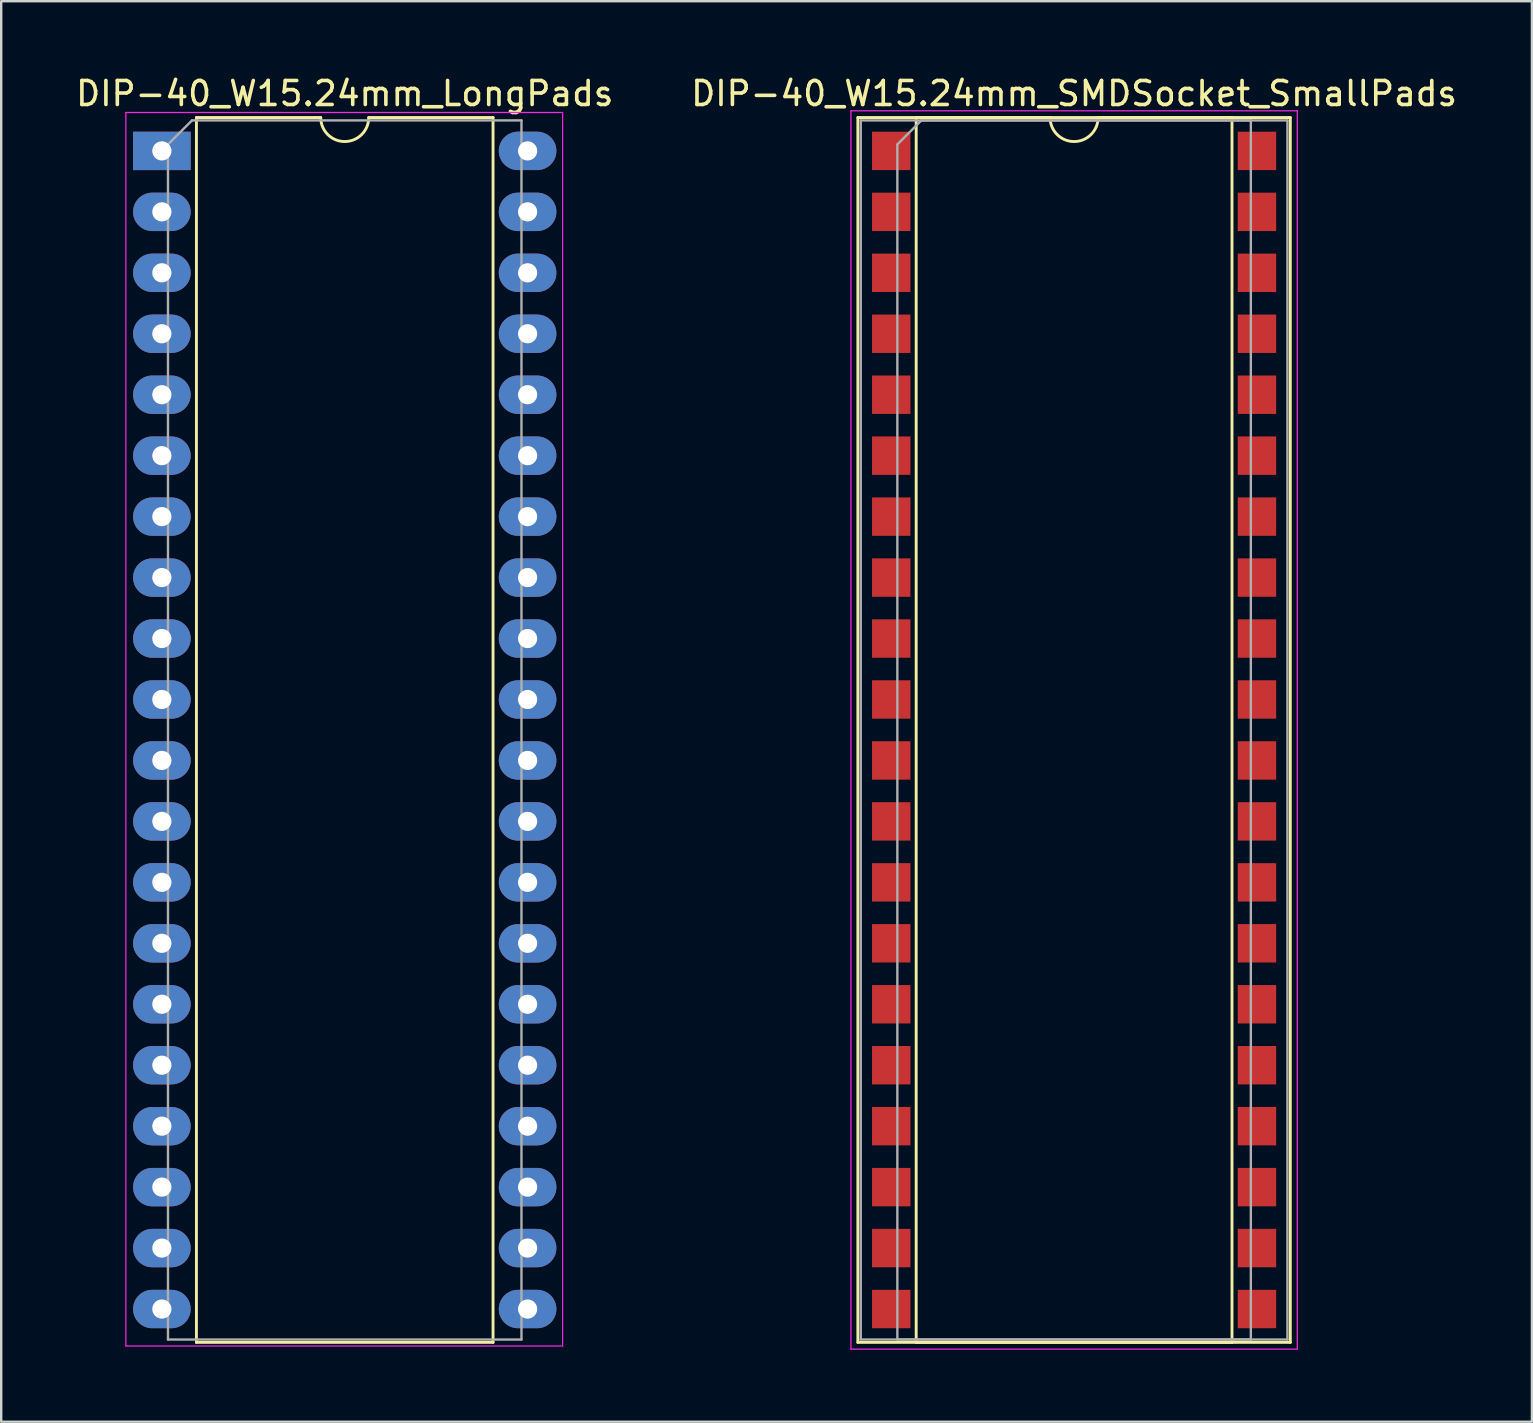
<source format=kicad_pcb>
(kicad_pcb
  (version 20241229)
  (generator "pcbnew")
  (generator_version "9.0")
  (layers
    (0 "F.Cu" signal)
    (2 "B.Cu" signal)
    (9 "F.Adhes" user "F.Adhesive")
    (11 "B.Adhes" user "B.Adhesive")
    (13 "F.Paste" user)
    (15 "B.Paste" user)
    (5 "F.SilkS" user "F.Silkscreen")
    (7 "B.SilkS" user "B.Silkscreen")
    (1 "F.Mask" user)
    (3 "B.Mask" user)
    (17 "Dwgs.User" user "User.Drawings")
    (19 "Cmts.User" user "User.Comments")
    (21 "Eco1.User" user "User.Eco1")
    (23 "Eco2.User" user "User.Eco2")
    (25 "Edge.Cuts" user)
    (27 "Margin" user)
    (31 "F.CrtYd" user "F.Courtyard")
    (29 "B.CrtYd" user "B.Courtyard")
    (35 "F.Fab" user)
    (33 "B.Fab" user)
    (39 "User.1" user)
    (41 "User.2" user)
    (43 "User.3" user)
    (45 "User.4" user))
  (footprint "DIP-40_W15.24mm_SMDSocket_SmallPads"
    (layer "F.Cu")
    (at 41.708 27.368)
    (property "Reference" "DIP-40_W15.24mm_SMDSocket_SmallPads" (at 0 -26.52 0) (layer "F.SilkS") (effects (font (size 1 1) (thickness 0.15))))
    (attr smd)
    (fp_line (start -9.01 -25.52) (end -9.01 25.52) (stroke (width 0.12) (type solid)) (layer "F.SilkS"))
    (fp_line (start -9.01 25.52) (end 9.01 25.52) (stroke (width 0.12) (type solid)) (layer "F.SilkS"))
    (fp_line (start -6.58 -25.52) (end -6.58 25.52) (stroke (width 0.12) (type solid)) (layer "F.SilkS"))
    (fp_line (start -6.58 25.52) (end 6.58 25.52) (stroke (width 0.12) (type solid)) (layer "F.SilkS"))
    (fp_line (start -1 -25.52) (end -6.58 -25.52) (stroke (width 0.12) (type solid)) (layer "F.SilkS"))
    (fp_line (start 6.58 -25.52) (end 1 -25.52) (stroke (width 0.12) (type solid)) (layer "F.SilkS"))
    (fp_line (start 6.58 25.52) (end 6.58 -25.52) (stroke (width 0.12) (type solid)) (layer "F.SilkS"))
    (fp_line (start 9.01 -25.52) (end -9.01 -25.52) (stroke (width 0.12) (type solid)) (layer "F.SilkS"))
    (fp_line (start 9.01 25.52) (end 9.01 -25.52) (stroke (width 0.12) (type solid)) (layer "F.SilkS"))
    (fp_arc (start 1 -25.52) (mid 0 -24.52) (end -1 -25.52) (stroke (width 0.12) (type solid)) (layer "F.SilkS"))
    (fp_line (start -9.3 -25.8) (end -9.3 25.8) (stroke (width 0.05) (type solid)) (layer "F.CrtYd"))
    (fp_line (start -9.3 25.8) (end 9.3 25.8) (stroke (width 0.05) (type solid)) (layer "F.CrtYd"))
    (fp_line (start 9.3 -25.8) (end -9.3 -25.8) (stroke (width 0.05) (type solid)) (layer "F.CrtYd"))
    (fp_line (start 9.3 25.8) (end 9.3 -25.8) (stroke (width 0.05) (type solid)) (layer "F.CrtYd"))
    (fp_line (start -8.89 -25.4) (end -8.89 25.4) (stroke (width 0.1) (type solid)) (layer "F.Fab"))
    (fp_line (start -8.89 25.4) (end 8.89 25.4) (stroke (width 0.1) (type solid)) (layer "F.Fab"))
    (fp_line (start -7.365 -24.4) (end -6.365 -25.4) (stroke (width 0.1) (type solid)) (layer "F.Fab"))
    (fp_line (start -7.365 25.4) (end -7.365 -24.4) (stroke (width 0.1) (type solid)) (layer "F.Fab"))
    (fp_line (start -6.365 -25.4) (end 7.365 -25.4) (stroke (width 0.1) (type solid)) (layer "F.Fab"))
    (fp_line (start 7.365 -25.4) (end 7.365 25.4) (stroke (width 0.1) (type solid)) (layer "F.Fab"))
    (fp_line (start 7.365 25.4) (end -7.365 25.4) (stroke (width 0.1) (type solid)) (layer "F.Fab"))
    (fp_line (start 8.89 -25.4) (end -8.89 -25.4) (stroke (width 0.1) (type solid)) (layer "F.Fab"))
    (fp_line (start 8.89 25.4) (end 8.89 -25.4) (stroke (width 0.1) (type solid)) (layer "F.Fab"))
    (pad "1" smd rect (at -7.62 -24.13) (size 1.6 1.6) (layers "F.Cu" "F.Mask"))
    (pad "2" smd rect (at -7.62 -21.59) (size 1.6 1.6) (layers "F.Cu" "F.Mask"))
    (pad "3" smd rect (at -7.62 -19.05) (size 1.6 1.6) (layers "F.Cu" "F.Mask"))
    (pad "4" smd rect (at -7.62 -16.51) (size 1.6 1.6) (layers "F.Cu" "F.Mask"))
    (pad "5" smd rect (at -7.62 -13.97) (size 1.6 1.6) (layers "F.Cu" "F.Mask"))
    (pad "6" smd rect (at -7.62 -11.43) (size 1.6 1.6) (layers "F.Cu" "F.Mask"))
    (pad "7" smd rect (at -7.62 -8.89) (size 1.6 1.6) (layers "F.Cu" "F.Mask"))
    (pad "8" smd rect (at -7.62 -6.35) (size 1.6 1.6) (layers "F.Cu" "F.Mask"))
    (pad "9" smd rect (at -7.62 -3.81) (size 1.6 1.6) (layers "F.Cu" "F.Mask"))
    (pad "10" smd rect (at -7.62 -1.27) (size 1.6 1.6) (layers "F.Cu" "F.Mask"))
    (pad "11" smd rect (at -7.62 1.27) (size 1.6 1.6) (layers "F.Cu" "F.Mask"))
    (pad "12" smd rect (at -7.62 3.81) (size 1.6 1.6) (layers "F.Cu" "F.Mask"))
    (pad "13" smd rect (at -7.62 6.35) (size 1.6 1.6) (layers "F.Cu" "F.Mask"))
    (pad "14" smd rect (at -7.62 8.89) (size 1.6 1.6) (layers "F.Cu" "F.Mask"))
    (pad "15" smd rect (at -7.62 11.43) (size 1.6 1.6) (layers "F.Cu" "F.Mask"))
    (pad "16" smd rect (at -7.62 13.97) (size 1.6 1.6) (layers "F.Cu" "F.Mask"))
    (pad "17" smd rect (at -7.62 16.51) (size 1.6 1.6) (layers "F.Cu" "F.Mask"))
    (pad "18" smd rect (at -7.62 19.05) (size 1.6 1.6) (layers "F.Cu" "F.Mask"))
    (pad "19" smd rect (at -7.62 21.59) (size 1.6 1.6) (layers "F.Cu" "F.Mask"))
    (pad "20" smd rect (at -7.62 24.13) (size 1.6 1.6) (layers "F.Cu" "F.Mask"))
    (pad "21" smd rect (at 7.62 24.13) (size 1.6 1.6) (layers "F.Cu" "F.Mask"))
    (pad "22" smd rect (at 7.62 21.59) (size 1.6 1.6) (layers "F.Cu" "F.Mask"))
    (pad "23" smd rect (at 7.62 19.05) (size 1.6 1.6) (layers "F.Cu" "F.Mask"))
    (pad "24" smd rect (at 7.62 16.51) (size 1.6 1.6) (layers "F.Cu" "F.Mask"))
    (pad "25" smd rect (at 7.62 13.97) (size 1.6 1.6) (layers "F.Cu" "F.Mask"))
    (pad "26" smd rect (at 7.62 11.43) (size 1.6 1.6) (layers "F.Cu" "F.Mask"))
    (pad "27" smd rect (at 7.62 8.89) (size 1.6 1.6) (layers "F.Cu" "F.Mask"))
    (pad "28" smd rect (at 7.62 6.35) (size 1.6 1.6) (layers "F.Cu" "F.Mask"))
    (pad "29" smd rect (at 7.62 3.81) (size 1.6 1.6) (layers "F.Cu" "F.Mask"))
    (pad "30" smd rect (at 7.62 1.27) (size 1.6 1.6) (layers "F.Cu" "F.Mask"))
    (pad "31" smd rect (at 7.62 -1.27) (size 1.6 1.6) (layers "F.Cu" "F.Mask"))
    (pad "32" smd rect (at 7.62 -3.81) (size 1.6 1.6) (layers "F.Cu" "F.Mask"))
    (pad "33" smd rect (at 7.62 -6.35) (size 1.6 1.6) (layers "F.Cu" "F.Mask"))
    (pad "34" smd rect (at 7.62 -8.89) (size 1.6 1.6) (layers "F.Cu" "F.Mask"))
    (pad "35" smd rect (at 7.62 -11.43) (size 1.6 1.6) (layers "F.Cu" "F.Mask"))
    (pad "36" smd rect (at 7.62 -13.97) (size 1.6 1.6) (layers "F.Cu" "F.Mask"))
    (pad "37" smd rect (at 7.62 -16.51) (size 1.6 1.6) (layers "F.Cu" "F.Mask"))
    (pad "38" smd rect (at 7.62 -19.05) (size 1.6 1.6) (layers "F.Cu" "F.Mask"))
    (pad "39" smd rect (at 7.62 -21.59) (size 1.6 1.6) (layers "F.Cu" "F.Mask"))
    (pad "40" smd rect (at 7.62 -24.13) (size 1.6 1.6) (layers "F.Cu" "F.Mask")))
  (footprint "DIP-40_W15.24mm_LongPads"
    (layer "F.Cu")
    (at 3.695 3.238)
    (property "Reference" "DIP-40_W15.24mm_LongPads" (at 7.62 -2.39 0) (layer "F.SilkS") (effects (font (size 1 1) (thickness 0.15))))
    (attr through_hole)
    (fp_line (start 1.44 -1.39) (end 1.44 49.65) (stroke (width 0.12) (type solid)) (layer "F.SilkS"))
    (fp_line (start 1.44 49.65) (end 13.8 49.65) (stroke (width 0.12) (type solid)) (layer "F.SilkS"))
    (fp_line (start 6.62 -1.39) (end 1.44 -1.39) (stroke (width 0.12) (type solid)) (layer "F.SilkS"))
    (fp_line (start 13.8 -1.39) (end 8.62 -1.39) (stroke (width 0.12) (type solid)) (layer "F.SilkS"))
    (fp_line (start 13.8 49.65) (end 13.8 -1.39) (stroke (width 0.12) (type solid)) (layer "F.SilkS"))
    (fp_arc (start 8.62 -1.39) (mid 7.62 -0.39) (end 6.62 -1.39) (stroke (width 0.12) (type solid)) (layer "F.SilkS"))
    (fp_line (start -1.5 -1.6) (end -1.5 49.8) (stroke (width 0.05) (type solid)) (layer "F.CrtYd"))
    (fp_line (start -1.5 49.8) (end 16.7 49.8) (stroke (width 0.05) (type solid)) (layer "F.CrtYd"))
    (fp_line (start 16.7 -1.6) (end -1.5 -1.6) (stroke (width 0.05) (type solid)) (layer "F.CrtYd"))
    (fp_line (start 16.7 49.8) (end 16.7 -1.6) (stroke (width 0.05) (type solid)) (layer "F.CrtYd"))
    (fp_line (start 0.255 -0.27) (end 1.255 -1.27) (stroke (width 0.1) (type solid)) (layer "F.Fab"))
    (fp_line (start 0.255 49.53) (end 0.255 -0.27) (stroke (width 0.1) (type solid)) (layer "F.Fab"))
    (fp_line (start 1.255 -1.27) (end 14.985 -1.27) (stroke (width 0.1) (type solid)) (layer "F.Fab"))
    (fp_line (start 14.985 -1.27) (end 14.985 49.53) (stroke (width 0.1) (type solid)) (layer "F.Fab"))
    (fp_line (start 14.985 49.53) (end 0.255 49.53) (stroke (width 0.1) (type solid)) (layer "F.Fab"))
    (pad "1" thru_hole rect (at 0 0) (size 2.4 1.6) (drill 0.8) (layers "*.Cu" "*.Mask"))
    (pad "2" thru_hole oval (at 0 2.54) (size 2.4 1.6) (drill 0.8) (layers "*.Cu" "*.Mask"))
    (pad "3" thru_hole oval (at 0 5.08) (size 2.4 1.6) (drill 0.8) (layers "*.Cu" "*.Mask"))
    (pad "4" thru_hole oval (at 0 7.62) (size 2.4 1.6) (drill 0.8) (layers "*.Cu" "*.Mask"))
    (pad "5" thru_hole oval (at 0 10.16) (size 2.4 1.6) (drill 0.8) (layers "*.Cu" "*.Mask"))
    (pad "6" thru_hole oval (at 0 12.7) (size 2.4 1.6) (drill 0.8) (layers "*.Cu" "*.Mask"))
    (pad "7" thru_hole oval (at 0 15.24) (size 2.4 1.6) (drill 0.8) (layers "*.Cu" "*.Mask"))
    (pad "8" thru_hole oval (at 0 17.78) (size 2.4 1.6) (drill 0.8) (layers "*.Cu" "*.Mask"))
    (pad "9" thru_hole oval (at 0 20.32) (size 2.4 1.6) (drill 0.8) (layers "*.Cu" "*.Mask"))
    (pad "10" thru_hole oval (at 0 22.86) (size 2.4 1.6) (drill 0.8) (layers "*.Cu" "*.Mask"))
    (pad "11" thru_hole oval (at 0 25.4) (size 2.4 1.6) (drill 0.8) (layers "*.Cu" "*.Mask"))
    (pad "12" thru_hole oval (at 0 27.94) (size 2.4 1.6) (drill 0.8) (layers "*.Cu" "*.Mask"))
    (pad "13" thru_hole oval (at 0 30.48) (size 2.4 1.6) (drill 0.8) (layers "*.Cu" "*.Mask"))
    (pad "14" thru_hole oval (at 0 33.02) (size 2.4 1.6) (drill 0.8) (layers "*.Cu" "*.Mask"))
    (pad "15" thru_hole oval (at 0 35.56) (size 2.4 1.6) (drill 0.8) (layers "*.Cu" "*.Mask"))
    (pad "16" thru_hole oval (at 0 38.1) (size 2.4 1.6) (drill 0.8) (layers "*.Cu" "*.Mask"))
    (pad "17" thru_hole oval (at 0 40.64) (size 2.4 1.6) (drill 0.8) (layers "*.Cu" "*.Mask"))
    (pad "18" thru_hole oval (at 0 43.18) (size 2.4 1.6) (drill 0.8) (layers "*.Cu" "*.Mask"))
    (pad "19" thru_hole oval (at 0 45.72) (size 2.4 1.6) (drill 0.8) (layers "*.Cu" "*.Mask"))
    (pad "20" thru_hole oval (at 0 48.26) (size 2.4 1.6) (drill 0.8) (layers "*.Cu" "*.Mask"))
    (pad "21" thru_hole oval (at 15.24 48.26) (size 2.4 1.6) (drill 0.8) (layers "*.Cu" "*.Mask"))
    (pad "22" thru_hole oval (at 15.24 45.72) (size 2.4 1.6) (drill 0.8) (layers "*.Cu" "*.Mask"))
    (pad "23" thru_hole oval (at 15.24 43.18) (size 2.4 1.6) (drill 0.8) (layers "*.Cu" "*.Mask"))
    (pad "24" thru_hole oval (at 15.24 40.64) (size 2.4 1.6) (drill 0.8) (layers "*.Cu" "*.Mask"))
    (pad "25" thru_hole oval (at 15.24 38.1) (size 2.4 1.6) (drill 0.8) (layers "*.Cu" "*.Mask"))
    (pad "26" thru_hole oval (at 15.24 35.56) (size 2.4 1.6) (drill 0.8) (layers "*.Cu" "*.Mask"))
    (pad "27" thru_hole oval (at 15.24 33.02) (size 2.4 1.6) (drill 0.8) (layers "*.Cu" "*.Mask"))
    (pad "28" thru_hole oval (at 15.24 30.48) (size 2.4 1.6) (drill 0.8) (layers "*.Cu" "*.Mask"))
    (pad "29" thru_hole oval (at 15.24 27.94) (size 2.4 1.6) (drill 0.8) (layers "*.Cu" "*.Mask"))
    (pad "30" thru_hole oval (at 15.24 25.4) (size 2.4 1.6) (drill 0.8) (layers "*.Cu" "*.Mask"))
    (pad "31" thru_hole oval (at 15.24 22.86) (size 2.4 1.6) (drill 0.8) (layers "*.Cu" "*.Mask"))
    (pad "32" thru_hole oval (at 15.24 20.32) (size 2.4 1.6) (drill 0.8) (layers "*.Cu" "*.Mask"))
    (pad "33" thru_hole oval (at 15.24 17.78) (size 2.4 1.6) (drill 0.8) (layers "*.Cu" "*.Mask"))
    (pad "34" thru_hole oval (at 15.24 15.24) (size 2.4 1.6) (drill 0.8) (layers "*.Cu" "*.Mask"))
    (pad "35" thru_hole oval (at 15.24 12.7) (size 2.4 1.6) (drill 0.8) (layers "*.Cu" "*.Mask"))
    (pad "36" thru_hole oval (at 15.24 10.16) (size 2.4 1.6) (drill 0.8) (layers "*.Cu" "*.Mask"))
    (pad "37" thru_hole oval (at 15.24 7.62) (size 2.4 1.6) (drill 0.8) (layers "*.Cu" "*.Mask"))
    (pad "38" thru_hole oval (at 15.24 5.08) (size 2.4 1.6) (drill 0.8) (layers "*.Cu" "*.Mask"))
    (pad "39" thru_hole oval (at 15.24 2.54) (size 2.4 1.6) (drill 0.8) (layers "*.Cu" "*.Mask"))
    (pad "40" thru_hole oval (at 15.24 0) (size 2.4 1.6) (drill 0.8) (layers "*.Cu" "*.Mask")))
  (gr_rect
    (start -3 -3)
    (end 60.786 56.193)
    (stroke (width 0.1) (type default))
    (fill no)
    (layer "Edge.Cuts")))
</source>
